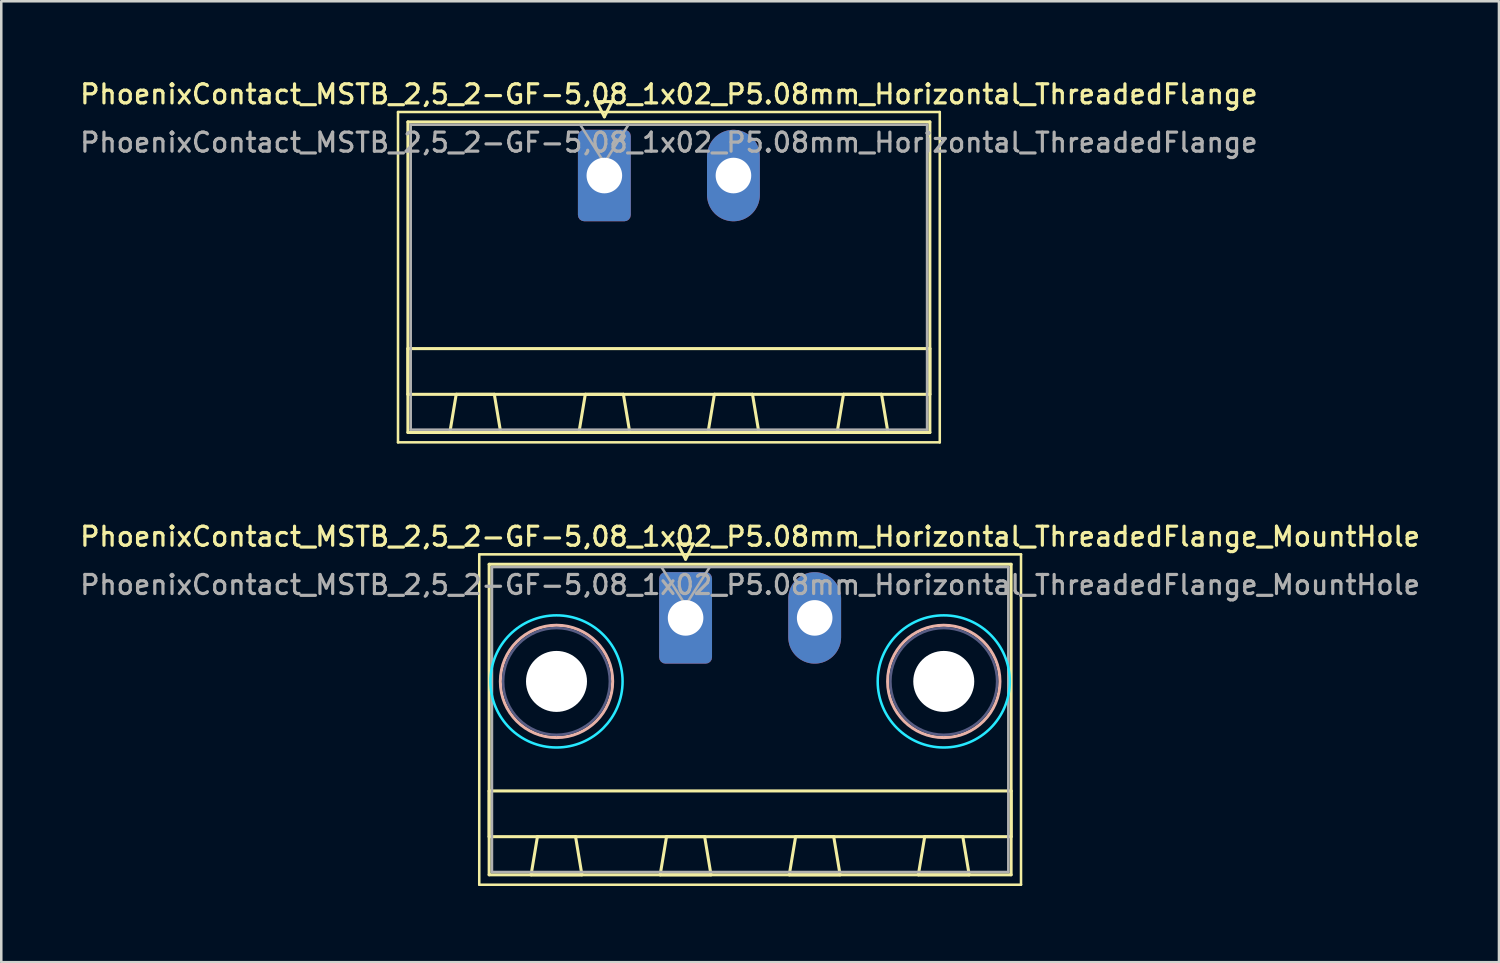
<source format=kicad_pcb>
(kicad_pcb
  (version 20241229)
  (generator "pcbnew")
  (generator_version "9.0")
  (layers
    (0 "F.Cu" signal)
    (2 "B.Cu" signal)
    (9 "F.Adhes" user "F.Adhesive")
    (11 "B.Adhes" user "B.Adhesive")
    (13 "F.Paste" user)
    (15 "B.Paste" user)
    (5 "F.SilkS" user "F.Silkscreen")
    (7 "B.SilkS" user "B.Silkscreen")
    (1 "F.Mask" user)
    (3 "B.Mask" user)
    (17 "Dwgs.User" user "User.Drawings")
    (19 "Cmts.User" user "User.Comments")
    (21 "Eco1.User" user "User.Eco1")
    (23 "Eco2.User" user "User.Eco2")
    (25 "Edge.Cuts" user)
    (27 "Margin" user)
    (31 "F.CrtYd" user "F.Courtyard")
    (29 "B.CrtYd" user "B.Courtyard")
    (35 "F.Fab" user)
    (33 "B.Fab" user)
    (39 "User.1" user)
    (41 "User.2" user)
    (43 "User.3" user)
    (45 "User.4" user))
  (footprint "PhoenixContact_MSTB_2,5_2-GF-5,08_1x02_P5.08mm_Horizontal_ThreadedFlange"
    (layer "F.Cu")
    (at 20.733 3.858)
    (property "Reference" "PhoenixContact_MSTB_2,5_2-GF-5,08_1x02_P5.08mm_Horizontal_ThreadedFlange" (at 2.54 -3.2 0) (layer "F.SilkS") (effects (font (size 0.75 0.75) (thickness 0.125))))
    (attr through_hole)
    (fp_line (start -8.12 -2.5) (end -8.12 10.5) (stroke (width 0.1) (type solid)) (layer "F.SilkS"))
    (fp_line (start -8.12 10.5) (end 13.2 10.5) (stroke (width 0.1) (type solid)) (layer "F.SilkS"))
    (fp_line (start -7.73 -2.11) (end -7.73 10.11) (stroke (width 0.12) (type solid)) (layer "F.SilkS"))
    (fp_line (start -7.73 6.81) (end 12.81 6.81) (stroke (width 0.12) (type solid)) (layer "F.SilkS"))
    (fp_line (start -7.73 8.61) (end -7.73 6.81) (stroke (width 0.12) (type solid)) (layer "F.SilkS"))
    (fp_line (start -7.73 10.11) (end 12.81 10.11) (stroke (width 0.12) (type solid)) (layer "F.SilkS"))
    (fp_line (start -6.08 10.11) (end -4.08 10.11) (stroke (width 0.12) (type solid)) (layer "F.SilkS"))
    (fp_line (start -5.83 8.61) (end -6.08 10.11) (stroke (width 0.12) (type solid)) (layer "F.SilkS"))
    (fp_line (start -4.33 8.61) (end -5.83 8.61) (stroke (width 0.12) (type solid)) (layer "F.SilkS"))
    (fp_line (start -4.08 10.11) (end -4.33 8.61) (stroke (width 0.12) (type solid)) (layer "F.SilkS"))
    (fp_line (start -1 10.11) (end 1 10.11) (stroke (width 0.12) (type solid)) (layer "F.SilkS"))
    (fp_line (start -0.75 8.61) (end -1 10.11) (stroke (width 0.12) (type solid)) (layer "F.SilkS"))
    (fp_line (start -0.3 -2.91) (end 0.3 -2.91) (stroke (width 0.12) (type solid)) (layer "F.SilkS"))
    (fp_line (start 0 -2.31) (end -0.3 -2.91) (stroke (width 0.12) (type solid)) (layer "F.SilkS"))
    (fp_line (start 0.3 -2.91) (end 0 -2.31) (stroke (width 0.12) (type solid)) (layer "F.SilkS"))
    (fp_line (start 0.75 8.61) (end -0.75 8.61) (stroke (width 0.12) (type solid)) (layer "F.SilkS"))
    (fp_line (start 1 10.11) (end 0.75 8.61) (stroke (width 0.12) (type solid)) (layer "F.SilkS"))
    (fp_line (start 4.08 10.11) (end 6.08 10.11) (stroke (width 0.12) (type solid)) (layer "F.SilkS"))
    (fp_line (start 4.33 8.61) (end 4.08 10.11) (stroke (width 0.12) (type solid)) (layer "F.SilkS"))
    (fp_line (start 5.83 8.61) (end 4.33 8.61) (stroke (width 0.12) (type solid)) (layer "F.SilkS"))
    (fp_line (start 6.08 10.11) (end 5.83 8.61) (stroke (width 0.12) (type solid)) (layer "F.SilkS"))
    (fp_line (start 9.16 10.11) (end 11.16 10.11) (stroke (width 0.12) (type solid)) (layer "F.SilkS"))
    (fp_line (start 9.41 8.61) (end 9.16 10.11) (stroke (width 0.12) (type solid)) (layer "F.SilkS"))
    (fp_line (start 10.91 8.61) (end 9.41 8.61) (stroke (width 0.12) (type solid)) (layer "F.SilkS"))
    (fp_line (start 11.16 10.11) (end 10.91 8.61) (stroke (width 0.12) (type solid)) (layer "F.SilkS"))
    (fp_line (start 12.81 -2.11) (end -7.73 -2.11) (stroke (width 0.12) (type solid)) (layer "F.SilkS"))
    (fp_line (start 12.81 6.81) (end 12.81 8.61) (stroke (width 0.12) (type solid)) (layer "F.SilkS"))
    (fp_line (start 12.81 8.61) (end -7.73 8.61) (stroke (width 0.12) (type solid)) (layer "F.SilkS"))
    (fp_line (start 12.81 10.11) (end 12.81 -2.11) (stroke (width 0.12) (type solid)) (layer "F.SilkS"))
    (fp_line (start 13.2 -2.5) (end -8.12 -2.5) (stroke (width 0.1) (type solid)) (layer "F.SilkS"))
    (fp_line (start 13.2 10.5) (end 13.2 -2.5) (stroke (width 0.1) (type solid)) (layer "F.SilkS"))
    (fp_line (start -7.62 -2) (end -7.62 10) (stroke (width 0.1) (type solid)) (layer "F.Fab"))
    (fp_line (start -7.62 10) (end 12.7 10) (stroke (width 0.1) (type solid)) (layer "F.Fab"))
    (fp_line (start 0 -0.5) (end -0.95 -2) (stroke (width 0.1) (type solid)) (layer "F.Fab"))
    (fp_line (start 0.95 -2) (end 0 -0.5) (stroke (width 0.1) (type solid)) (layer "F.Fab"))
    (fp_line (start 12.7 -2) (end -7.62 -2) (stroke (width 0.1) (type solid)) (layer "F.Fab"))
    (fp_line (start 12.7 10) (end 12.7 -2) (stroke (width 0.1) (type solid)) (layer "F.Fab"))
    (fp_text user "${REFERENCE}" (at 2.54 -1.3 0) (layer "F.Fab") (effects (font (size 0.75 0.75) (thickness 0.125))))
    (pad "1" thru_hole roundrect (at 0 0) (size 2.08 3.6) (drill 1.4) (layers "*.Cu" "*.Mask") (roundrect_rratio 0.12))
    (pad "2" thru_hole oval (at 5.08 0) (size 2.08 3.6) (drill 1.4) (layers "*.Cu" "*.Mask")))
  (footprint "PhoenixContact_MSTB_2,5_2-GF-5,08_1x02_P5.08mm_Horizontal_ThreadedFlange_MountHole"
    (layer "F.Cu")
    (at 23.93 21.266)
    (property "Reference" "PhoenixContact_MSTB_2,5_2-GF-5,08_1x02_P5.08mm_Horizontal_ThreadedFlange_MountHole" (at 2.54 -3.2 0) (layer "F.SilkS") (effects (font (size 0.75 0.75) (thickness 0.125))))
    (attr through_hole)
    (fp_line (start -8.12 -2.5) (end -8.12 10.5) (stroke (width 0.1) (type solid)) (layer "F.SilkS"))
    (fp_line (start -8.12 10.5) (end 13.2 10.5) (stroke (width 0.1) (type solid)) (layer "F.SilkS"))
    (fp_line (start -7.73 -2.11) (end -7.73 10.11) (stroke (width 0.12) (type solid)) (layer "F.SilkS"))
    (fp_line (start -7.73 6.81) (end 12.81 6.81) (stroke (width 0.12) (type solid)) (layer "F.SilkS"))
    (fp_line (start -7.73 8.61) (end -7.73 6.81) (stroke (width 0.12) (type solid)) (layer "F.SilkS"))
    (fp_line (start -7.73 10.11) (end 12.81 10.11) (stroke (width 0.12) (type solid)) (layer "F.SilkS"))
    (fp_line (start -6.08 10.11) (end -4.08 10.11) (stroke (width 0.12) (type solid)) (layer "F.SilkS"))
    (fp_line (start -5.83 8.61) (end -6.08 10.11) (stroke (width 0.12) (type solid)) (layer "F.SilkS"))
    (fp_line (start -4.33 8.61) (end -5.83 8.61) (stroke (width 0.12) (type solid)) (layer "F.SilkS"))
    (fp_line (start -4.08 10.11) (end -4.33 8.61) (stroke (width 0.12) (type solid)) (layer "F.SilkS"))
    (fp_line (start -1 10.11) (end 1 10.11) (stroke (width 0.12) (type solid)) (layer "F.SilkS"))
    (fp_line (start -0.75 8.61) (end -1 10.11) (stroke (width 0.12) (type solid)) (layer "F.SilkS"))
    (fp_line (start -0.3 -2.91) (end 0.3 -2.91) (stroke (width 0.12) (type solid)) (layer "F.SilkS"))
    (fp_line (start 0 -2.31) (end -0.3 -2.91) (stroke (width 0.12) (type solid)) (layer "F.SilkS"))
    (fp_line (start 0.3 -2.91) (end 0 -2.31) (stroke (width 0.12) (type solid)) (layer "F.SilkS"))
    (fp_line (start 0.75 8.61) (end -0.75 8.61) (stroke (width 0.12) (type solid)) (layer "F.SilkS"))
    (fp_line (start 1 10.11) (end 0.75 8.61) (stroke (width 0.12) (type solid)) (layer "F.SilkS"))
    (fp_line (start 4.08 10.11) (end 6.08 10.11) (stroke (width 0.12) (type solid)) (layer "F.SilkS"))
    (fp_line (start 4.33 8.61) (end 4.08 10.11) (stroke (width 0.12) (type solid)) (layer "F.SilkS"))
    (fp_line (start 5.83 8.61) (end 4.33 8.61) (stroke (width 0.12) (type solid)) (layer "F.SilkS"))
    (fp_line (start 6.08 10.11) (end 5.83 8.61) (stroke (width 0.12) (type solid)) (layer "F.SilkS"))
    (fp_line (start 9.16 10.11) (end 11.16 10.11) (stroke (width 0.12) (type solid)) (layer "F.SilkS"))
    (fp_line (start 9.41 8.61) (end 9.16 10.11) (stroke (width 0.12) (type solid)) (layer "F.SilkS"))
    (fp_line (start 10.91 8.61) (end 9.41 8.61) (stroke (width 0.12) (type solid)) (layer "F.SilkS"))
    (fp_line (start 11.16 10.11) (end 10.91 8.61) (stroke (width 0.12) (type solid)) (layer "F.SilkS"))
    (fp_line (start 12.81 -2.11) (end -7.73 -2.11) (stroke (width 0.12) (type solid)) (layer "F.SilkS"))
    (fp_line (start 12.81 6.81) (end 12.81 8.61) (stroke (width 0.12) (type solid)) (layer "F.SilkS"))
    (fp_line (start 12.81 8.61) (end -7.73 8.61) (stroke (width 0.12) (type solid)) (layer "F.SilkS"))
    (fp_line (start 12.81 10.11) (end 12.81 -2.11) (stroke (width 0.12) (type solid)) (layer "F.SilkS"))
    (fp_line (start 13.2 -2.5) (end -8.12 -2.5) (stroke (width 0.1) (type solid)) (layer "F.SilkS"))
    (fp_line (start 13.2 10.5) (end 13.2 -2.5) (stroke (width 0.1) (type solid)) (layer "F.SilkS"))
    (fp_circle (center -5.08 2.5) (end -2.87 2.5) (stroke (width 0.12) (type solid)) (fill no) (layer "B.SilkS"))
    (fp_circle (center 10.16 2.5) (end 12.37 2.5) (stroke (width 0.12) (type solid)) (fill no) (layer "B.SilkS"))
    (fp_circle (center -5.08 2.5) (end -2.48 2.5) (stroke (width 0.1) (type solid)) (fill no) (layer "B.CrtYd"))
    (fp_circle (center 10.16 2.5) (end 12.76 2.5) (stroke (width 0.1) (type solid)) (fill no) (layer "B.CrtYd"))
    (fp_circle (center -5.08 2.5) (end -2.98 2.5) (stroke (width 0.1) (type solid)) (fill no) (layer "B.Fab"))
    (fp_circle (center 10.16 2.5) (end 12.26 2.5) (stroke (width 0.1) (type solid)) (fill no) (layer "B.Fab"))
    (fp_line (start -7.62 -2) (end -7.62 10) (stroke (width 0.1) (type solid)) (layer "F.Fab"))
    (fp_line (start -7.62 10) (end 12.7 10) (stroke (width 0.1) (type solid)) (layer "F.Fab"))
    (fp_line (start 0 -0.5) (end -0.95 -2) (stroke (width 0.1) (type solid)) (layer "F.Fab"))
    (fp_line (start 0.95 -2) (end 0 -0.5) (stroke (width 0.1) (type solid)) (layer "F.Fab"))
    (fp_line (start 12.7 -2) (end -7.62 -2) (stroke (width 0.1) (type solid)) (layer "F.Fab"))
    (fp_line (start 12.7 10) (end 12.7 -2) (stroke (width 0.1) (type solid)) (layer "F.Fab"))
    (fp_text user "${REFERENCE}" (at 2.54 -1.3 0) (layer "F.Fab") (effects (font (size 0.75 0.75) (thickness 0.125))))
    (pad "" np_thru_hole circle (at -5.08 2.5) (size 2.4 2.4) (drill 2.4) (layers "*.Cu" "*.Mask"))
    (pad "" np_thru_hole circle (at 10.16 2.5) (size 2.4 2.4) (drill 2.4) (layers "*.Cu" "*.Mask"))
    (pad "1" thru_hole roundrect (at 0 0) (size 2.08 3.6) (drill 1.4) (layers "*.Cu" "*.Mask") (roundrect_rratio 0.12))
    (pad "2" thru_hole oval (at 5.08 0) (size 2.08 3.6) (drill 1.4) (layers "*.Cu" "*.Mask")))
  (gr_rect
    (start -3 -3)
    (end 55.939 34.816)
    (stroke (width 0.1) (type default))
    (fill no)
    (layer "Edge.Cuts")))
</source>
